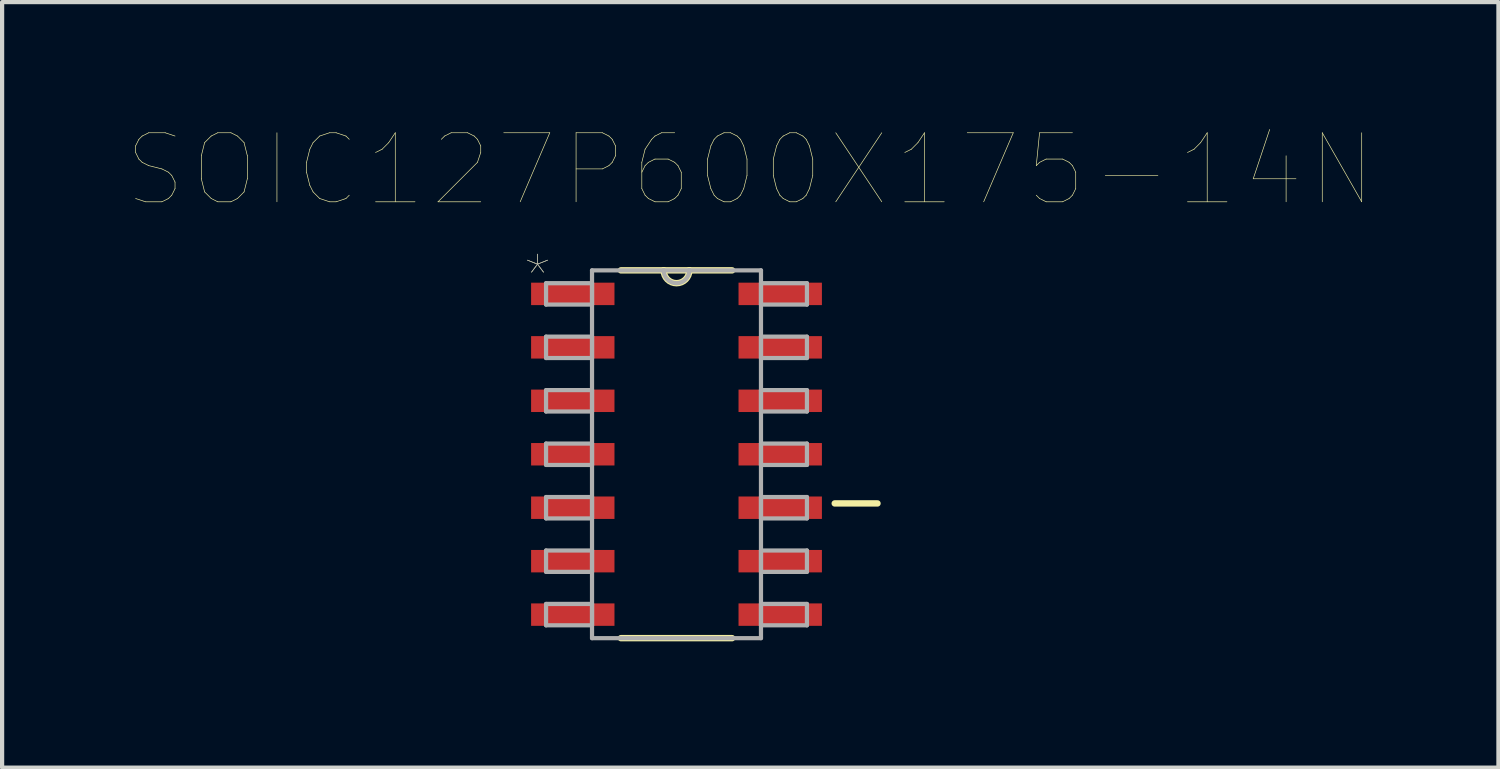
<source format=kicad_pcb>
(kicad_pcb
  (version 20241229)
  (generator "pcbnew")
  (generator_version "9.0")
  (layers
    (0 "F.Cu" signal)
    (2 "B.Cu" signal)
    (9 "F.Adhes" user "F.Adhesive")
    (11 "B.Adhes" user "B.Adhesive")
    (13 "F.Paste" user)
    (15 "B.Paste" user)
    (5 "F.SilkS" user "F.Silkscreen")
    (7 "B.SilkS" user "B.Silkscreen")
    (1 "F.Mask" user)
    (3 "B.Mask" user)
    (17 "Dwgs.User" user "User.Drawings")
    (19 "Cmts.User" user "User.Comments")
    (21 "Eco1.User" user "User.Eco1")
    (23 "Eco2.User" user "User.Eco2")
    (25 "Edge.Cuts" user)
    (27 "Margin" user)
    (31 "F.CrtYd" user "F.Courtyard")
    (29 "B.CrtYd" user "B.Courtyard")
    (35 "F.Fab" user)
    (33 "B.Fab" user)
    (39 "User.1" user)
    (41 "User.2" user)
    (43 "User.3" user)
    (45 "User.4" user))
  (footprint "SOIC127P600X175-14N"
    (layer "F.Cu")
    (at 13.022 7.742)
    (property "Reference" "SOIC127P600X175-14N" (at 1.753 -6.756 0) (layer "F.SilkS") (effects (font (size 1.64 1.64) (thickness 0.015))))
    (attr through_hole)
    (fp_line (start -1.321 4.369) (end 1.321 4.369) (stroke (width 0.152) (type solid)) (layer "F.SilkS"))
    (fp_line (start -0.305 -4.369) (end -1.321 -4.369) (stroke (width 0.152) (type solid)) (layer "F.SilkS"))
    (fp_line (start 0.305 -4.369) (end -0.305 -4.369) (stroke (width 0.152) (type solid)) (layer "F.SilkS"))
    (fp_line (start 1.321 -4.369) (end 0.305 -4.369) (stroke (width 0.152) (type solid)) (layer "F.SilkS"))
    (fp_line (start 3.759 1.168) (end 4.775 1.168) (stroke (width 0.152) (type solid)) (layer "F.SilkS"))
    (fp_arc (start 0.3048 -4.3688) (mid 0 -4.064) (end -0.3048 -4.3688) (stroke (width 0.1524) (type solid)) (layer "F.SilkS"))
    (fp_line (start -3.099 -4.064) (end -3.099 -3.556) (stroke (width 0.1) (type solid)) (layer "F.Fab"))
    (fp_line (start -3.099 -3.556) (end -2.007 -3.556) (stroke (width 0.1) (type solid)) (layer "F.Fab"))
    (fp_line (start -3.099 -2.794) (end -3.099 -2.286) (stroke (width 0.1) (type solid)) (layer "F.Fab"))
    (fp_line (start -3.099 -2.286) (end -2.007 -2.286) (stroke (width 0.1) (type solid)) (layer "F.Fab"))
    (fp_line (start -3.099 -1.524) (end -3.099 -1.016) (stroke (width 0.1) (type solid)) (layer "F.Fab"))
    (fp_line (start -3.099 -1.016) (end -2.007 -1.016) (stroke (width 0.1) (type solid)) (layer "F.Fab"))
    (fp_line (start -3.099 -0.254) (end -3.099 0.254) (stroke (width 0.1) (type solid)) (layer "F.Fab"))
    (fp_line (start -3.099 0.254) (end -2.007 0.254) (stroke (width 0.1) (type solid)) (layer "F.Fab"))
    (fp_line (start -3.099 1.016) (end -3.099 1.524) (stroke (width 0.1) (type solid)) (layer "F.Fab"))
    (fp_line (start -3.099 1.524) (end -2.007 1.524) (stroke (width 0.1) (type solid)) (layer "F.Fab"))
    (fp_line (start -3.099 2.286) (end -3.099 2.794) (stroke (width 0.1) (type solid)) (layer "F.Fab"))
    (fp_line (start -3.099 2.794) (end -2.007 2.794) (stroke (width 0.1) (type solid)) (layer "F.Fab"))
    (fp_line (start -3.099 3.556) (end -3.099 4.064) (stroke (width 0.1) (type solid)) (layer "F.Fab"))
    (fp_line (start -3.099 4.064) (end -2.007 4.064) (stroke (width 0.1) (type solid)) (layer "F.Fab"))
    (fp_line (start -2.007 -4.369) (end -2.007 4.369) (stroke (width 0.1) (type solid)) (layer "F.Fab"))
    (fp_line (start -2.007 -4.064) (end -3.099 -4.064) (stroke (width 0.1) (type solid)) (layer "F.Fab"))
    (fp_line (start -2.007 -3.556) (end -2.007 -4.064) (stroke (width 0.1) (type solid)) (layer "F.Fab"))
    (fp_line (start -2.007 -2.794) (end -3.099 -2.794) (stroke (width 0.1) (type solid)) (layer "F.Fab"))
    (fp_line (start -2.007 -2.286) (end -2.007 -2.794) (stroke (width 0.1) (type solid)) (layer "F.Fab"))
    (fp_line (start -2.007 -1.524) (end -3.099 -1.524) (stroke (width 0.1) (type solid)) (layer "F.Fab"))
    (fp_line (start -2.007 -1.016) (end -2.007 -1.524) (stroke (width 0.1) (type solid)) (layer "F.Fab"))
    (fp_line (start -2.007 -0.254) (end -3.099 -0.254) (stroke (width 0.1) (type solid)) (layer "F.Fab"))
    (fp_line (start -2.007 0.254) (end -2.007 -0.254) (stroke (width 0.1) (type solid)) (layer "F.Fab"))
    (fp_line (start -2.007 1.016) (end -3.099 1.016) (stroke (width 0.1) (type solid)) (layer "F.Fab"))
    (fp_line (start -2.007 1.524) (end -2.007 1.016) (stroke (width 0.1) (type solid)) (layer "F.Fab"))
    (fp_line (start -2.007 2.286) (end -3.099 2.286) (stroke (width 0.1) (type solid)) (layer "F.Fab"))
    (fp_line (start -2.007 2.794) (end -2.007 2.286) (stroke (width 0.1) (type solid)) (layer "F.Fab"))
    (fp_line (start -2.007 3.556) (end -3.099 3.556) (stroke (width 0.1) (type solid)) (layer "F.Fab"))
    (fp_line (start -2.007 4.064) (end -2.007 3.556) (stroke (width 0.1) (type solid)) (layer "F.Fab"))
    (fp_line (start -2.007 4.369) (end 2.007 4.369) (stroke (width 0.1) (type solid)) (layer "F.Fab"))
    (fp_line (start -0.305 -4.369) (end -2.007 -4.369) (stroke (width 0.1) (type solid)) (layer "F.Fab"))
    (fp_line (start 0.305 -4.369) (end -0.305 -4.369) (stroke (width 0.1) (type solid)) (layer "F.Fab"))
    (fp_line (start 2.007 -4.369) (end 0.305 -4.369) (stroke (width 0.1) (type solid)) (layer "F.Fab"))
    (fp_line (start 2.007 -4.064) (end 2.007 -3.556) (stroke (width 0.1) (type solid)) (layer "F.Fab"))
    (fp_line (start 2.007 -3.556) (end 3.099 -3.556) (stroke (width 0.1) (type solid)) (layer "F.Fab"))
    (fp_line (start 2.007 -2.794) (end 2.007 -2.286) (stroke (width 0.1) (type solid)) (layer "F.Fab"))
    (fp_line (start 2.007 -2.286) (end 3.099 -2.286) (stroke (width 0.1) (type solid)) (layer "F.Fab"))
    (fp_line (start 2.007 -1.524) (end 2.007 -1.016) (stroke (width 0.1) (type solid)) (layer "F.Fab"))
    (fp_line (start 2.007 -1.016) (end 3.099 -1.016) (stroke (width 0.1) (type solid)) (layer "F.Fab"))
    (fp_line (start 2.007 -0.254) (end 2.007 0.254) (stroke (width 0.1) (type solid)) (layer "F.Fab"))
    (fp_line (start 2.007 0.254) (end 3.099 0.254) (stroke (width 0.1) (type solid)) (layer "F.Fab"))
    (fp_line (start 2.007 1.016) (end 2.007 1.524) (stroke (width 0.1) (type solid)) (layer "F.Fab"))
    (fp_line (start 2.007 1.524) (end 3.099 1.524) (stroke (width 0.1) (type solid)) (layer "F.Fab"))
    (fp_line (start 2.007 2.286) (end 2.007 2.794) (stroke (width 0.1) (type solid)) (layer "F.Fab"))
    (fp_line (start 2.007 2.794) (end 3.099 2.794) (stroke (width 0.1) (type solid)) (layer "F.Fab"))
    (fp_line (start 2.007 3.556) (end 2.007 4.064) (stroke (width 0.1) (type solid)) (layer "F.Fab"))
    (fp_line (start 2.007 4.064) (end 3.099 4.064) (stroke (width 0.1) (type solid)) (layer "F.Fab"))
    (fp_line (start 2.007 4.369) (end 2.007 -4.369) (stroke (width 0.1) (type solid)) (layer "F.Fab"))
    (fp_line (start 3.099 -4.064) (end 2.007 -4.064) (stroke (width 0.1) (type solid)) (layer "F.Fab"))
    (fp_line (start 3.099 -3.556) (end 3.099 -4.064) (stroke (width 0.1) (type solid)) (layer "F.Fab"))
    (fp_line (start 3.099 -2.794) (end 2.007 -2.794) (stroke (width 0.1) (type solid)) (layer "F.Fab"))
    (fp_line (start 3.099 -2.286) (end 3.099 -2.794) (stroke (width 0.1) (type solid)) (layer "F.Fab"))
    (fp_line (start 3.099 -1.524) (end 2.007 -1.524) (stroke (width 0.1) (type solid)) (layer "F.Fab"))
    (fp_line (start 3.099 -1.016) (end 3.099 -1.524) (stroke (width 0.1) (type solid)) (layer "F.Fab"))
    (fp_line (start 3.099 -0.254) (end 2.007 -0.254) (stroke (width 0.1) (type solid)) (layer "F.Fab"))
    (fp_line (start 3.099 0.254) (end 3.099 -0.254) (stroke (width 0.1) (type solid)) (layer "F.Fab"))
    (fp_line (start 3.099 1.016) (end 2.007 1.016) (stroke (width 0.1) (type solid)) (layer "F.Fab"))
    (fp_line (start 3.099 1.524) (end 3.099 1.016) (stroke (width 0.1) (type solid)) (layer "F.Fab"))
    (fp_line (start 3.099 2.286) (end 2.007 2.286) (stroke (width 0.1) (type solid)) (layer "F.Fab"))
    (fp_line (start 3.099 2.794) (end 3.099 2.286) (stroke (width 0.1) (type solid)) (layer "F.Fab"))
    (fp_line (start 3.099 3.556) (end 2.007 3.556) (stroke (width 0.1) (type solid)) (layer "F.Fab"))
    (fp_line (start 3.099 4.064) (end 3.099 3.556) (stroke (width 0.1) (type solid)) (layer "F.Fab"))
    (fp_arc (start 0.3048 -4.3688) (mid 0 -4.064) (end -0.3048 -4.3688) (stroke (width 0.1) (type solid)) (layer "F.Fab"))
    (fp_text user "*" (at -3.302 -4.216 0) (layer "F.SilkS") (effects (font (size 1 1) (thickness 0.015))))
    (fp_text user "*" (at -3.302 -4.216 0) (layer "F.Fab") (effects (font (size 1 1) (thickness 0.015))))
    (pad "1" smd rect (at -2.464 -3.81) (size 1.981 0.533) (layers "F.Cu" "F.Mask" "F.Paste"))
    (pad "2" smd rect (at -2.464 -2.54) (size 1.981 0.533) (layers "F.Cu" "F.Mask" "F.Paste"))
    (pad "3" smd rect (at -2.464 -1.27) (size 1.981 0.533) (layers "F.Cu" "F.Mask" "F.Paste"))
    (pad "4" smd rect (at -2.464 0) (size 1.981 0.533) (layers "F.Cu" "F.Mask" "F.Paste"))
    (pad "5" smd rect (at -2.464 1.27) (size 1.981 0.533) (layers "F.Cu" "F.Mask" "F.Paste"))
    (pad "6" smd rect (at -2.464 2.54) (size 1.981 0.533) (layers "F.Cu" "F.Mask" "F.Paste"))
    (pad "7" smd rect (at -2.464 3.81) (size 1.981 0.533) (layers "F.Cu" "F.Mask" "F.Paste"))
    (pad "8" smd rect (at 2.464 3.81) (size 1.981 0.533) (layers "F.Cu" "F.Mask" "F.Paste"))
    (pad "9" smd rect (at 2.464 2.54) (size 1.981 0.533) (layers "F.Cu" "F.Mask" "F.Paste"))
    (pad "10" smd rect (at 2.464 1.27) (size 1.981 0.533) (layers "F.Cu" "F.Mask" "F.Paste"))
    (pad "11" smd rect (at 2.464 0) (size 1.981 0.533) (layers "F.Cu" "F.Mask" "F.Paste"))
    (pad "12" smd rect (at 2.464 -1.27) (size 1.981 0.533) (layers "F.Cu" "F.Mask" "F.Paste"))
    (pad "13" smd rect (at 2.464 -2.54) (size 1.981 0.533) (layers "F.Cu" "F.Mask" "F.Paste"))
    (pad "14" smd rect (at 2.464 -3.81) (size 1.981 0.533) (layers "F.Cu" "F.Mask" "F.Paste")))
  (gr_rect
    (start -3 -3)
    (end 32.549 15.187)
    (stroke (width 0.1) (type default))
    (fill no)
    (layer "Edge.Cuts")))
</source>
